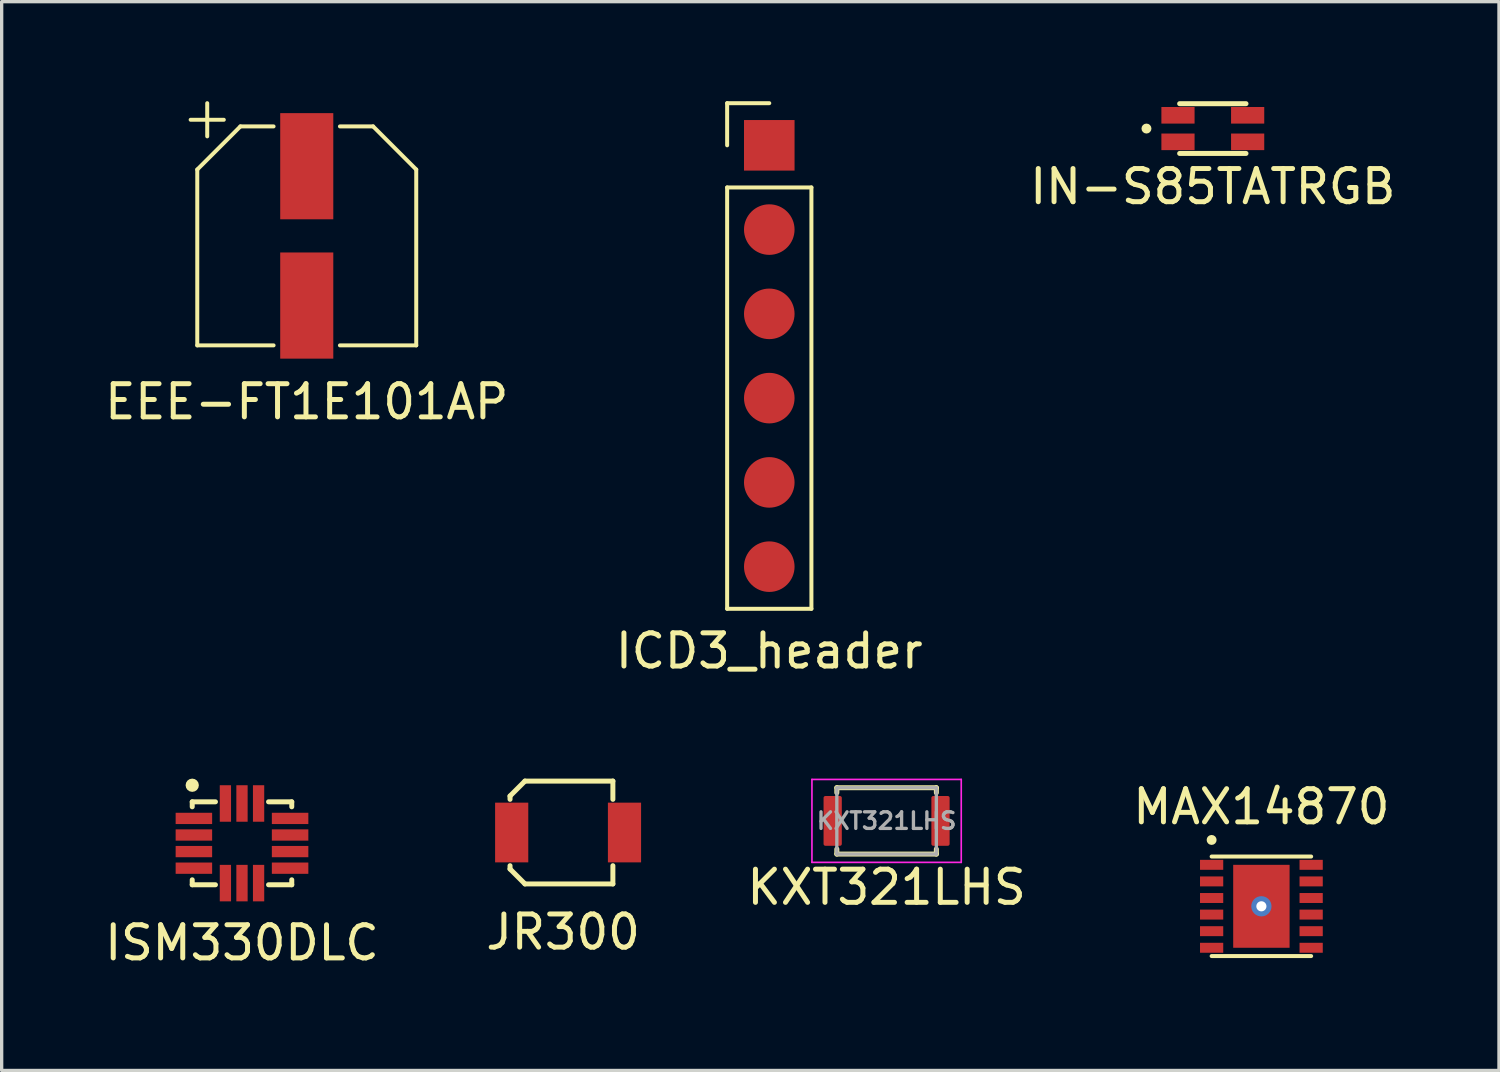
<source format=kicad_pcb>
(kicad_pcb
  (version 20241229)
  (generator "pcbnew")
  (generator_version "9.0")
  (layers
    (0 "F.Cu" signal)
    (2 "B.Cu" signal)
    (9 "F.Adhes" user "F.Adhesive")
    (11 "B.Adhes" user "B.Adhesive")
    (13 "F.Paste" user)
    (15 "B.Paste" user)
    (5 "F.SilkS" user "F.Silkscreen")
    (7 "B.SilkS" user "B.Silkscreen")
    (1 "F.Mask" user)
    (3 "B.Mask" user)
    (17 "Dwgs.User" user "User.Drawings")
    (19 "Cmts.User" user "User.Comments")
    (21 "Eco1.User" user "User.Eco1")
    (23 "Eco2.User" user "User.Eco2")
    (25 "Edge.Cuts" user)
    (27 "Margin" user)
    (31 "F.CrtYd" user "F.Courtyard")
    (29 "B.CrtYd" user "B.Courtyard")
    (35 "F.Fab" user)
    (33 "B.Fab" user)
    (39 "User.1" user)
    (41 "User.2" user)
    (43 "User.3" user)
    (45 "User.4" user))
  (footprint "EEE-FT1E101AP"
    (layer "F.Cu")
    (at 6.196 4.06)
    (property "Reference" "EEE-FT1E101AP" (at 0 5 0) (layer "F.SilkS") (effects (font (size 1 1) (thickness 0.15))))
    (attr smd)
    (fp_line (start -3.3 3.3) (end -3.3 -2) (stroke (width 0.12) (type solid)) (layer "F.SilkS"))
    (fp_line (start -3 -4) (end -3 -3) (stroke (width 0.12) (type solid)) (layer "F.SilkS"))
    (fp_line (start -2.5 -3.5) (end -3.5 -3.5) (stroke (width 0.12) (type solid)) (layer "F.SilkS"))
    (fp_line (start -2 -3.3) (end -3.3 -2) (stroke (width 0.12) (type solid)) (layer "F.SilkS"))
    (fp_line (start -1 -3.3) (end -2 -3.3) (stroke (width 0.12) (type solid)) (layer "F.SilkS"))
    (fp_line (start -1 3.3) (end -3.3 3.3) (stroke (width 0.12) (type solid)) (layer "F.SilkS"))
    (fp_line (start 1 -3.3) (end 2 -3.3) (stroke (width 0.12) (type solid)) (layer "F.SilkS"))
    (fp_line (start 1 3.3) (end 3.3 3.3) (stroke (width 0.12) (type solid)) (layer "F.SilkS"))
    (fp_line (start 2 -3.3) (end 3.3 -2) (stroke (width 0.12) (type solid)) (layer "F.SilkS"))
    (fp_line (start 3.3 3.3) (end 3.3 -2) (stroke (width 0.12) (type solid)) (layer "F.SilkS"))
    (pad "1" smd rect (at 0 -2.1) (size 1.6 3.2) (layers "F.Cu" "F.Mask" "F.Paste"))
    (pad "2" smd rect (at 0 2.1) (size 1.6 3.2) (layers "F.Cu" "F.Mask" "F.Paste")))
  (footprint "IN-S85TATRGB"
    (layer "F.Cu")
    (at 33.506 0.825)
    (property "Reference" "IN-S85TATRGB" (at 0 1.75 0) (layer "F.SilkS") (effects (font (size 1 1) (thickness 0.15))))
    (attr smd)
    (fp_line (start -1 -0.75) (end 1 -0.75) (stroke (width 0.15) (type solid)) (layer "F.SilkS"))
    (fp_line (start -1 0.75) (end 1 0.75) (stroke (width 0.15) (type solid)) (layer "F.SilkS"))
    (fp_circle (center -2 0) (end -1.925 0) (stroke (width 0.15) (type solid)) (fill no) (layer "F.SilkS"))
    (pad "1" smd rect (at -1.05 -0.4) (size 1 0.5) (layers "F.Cu" "F.Mask" "F.Paste"))
    (pad "2" smd rect (at 1.05 -0.4) (size 1 0.5) (layers "F.Cu" "F.Mask" "F.Paste"))
    (pad "3" smd rect (at -1.05 0.4) (size 1 0.5) (layers "F.Cu" "F.Mask" "F.Paste"))
    (pad "4" smd rect (at 1.05 0.4) (size 1 0.5) (layers "F.Cu" "F.Mask" "F.Paste")))
  (footprint "ICD3_header"
    (layer "F.Cu")
    (at 20.137 7.68)
    (property "Reference" "ICD3_header" (at 0 8.89 0) (layer "F.SilkS") (effects (font (size 1 1) (thickness 0.15))))
    (attr through_hole)
    (fp_line (start -1.27 -7.62) (end -1.27 -6.35) (stroke (width 0.12) (type solid)) (layer "F.SilkS"))
    (fp_line (start -1.27 -5.08) (end -1.27 7.62) (stroke (width 0.12) (type solid)) (layer "F.SilkS"))
    (fp_line (start -1.27 7.62) (end 1.27 7.62) (stroke (width 0.12) (type solid)) (layer "F.SilkS"))
    (fp_line (start 0 -7.62) (end -1.27 -7.62) (stroke (width 0.12) (type solid)) (layer "F.SilkS"))
    (fp_line (start 1.27 -5.08) (end -1.27 -5.08) (stroke (width 0.12) (type solid)) (layer "F.SilkS"))
    (fp_line (start 1.27 7.62) (end 1.27 -5.08) (stroke (width 0.12) (type solid)) (layer "F.SilkS"))
    (pad "1" smd rect (at 0 -6.35) (size 1.524 1.524) (layers "F.Cu" "F.Mask"))
    (pad "2" smd circle (at 0 -3.81) (size 1.524 1.524) (layers "F.Cu" "F.Mask"))
    (pad "3" smd circle (at 0 -1.27) (size 1.524 1.524) (layers "F.Cu" "F.Mask"))
    (pad "4" smd circle (at 0 1.27) (size 1.524 1.524) (layers "F.Cu" "F.Mask"))
    (pad "5" smd circle (at 0 3.81) (size 1.524 1.524) (layers "F.Cu" "F.Mask"))
    (pad "6" smd circle (at 0 6.35) (size 1.524 1.524) (layers "F.Cu" "F.Mask")))
  (footprint "MAX14870"
    (layer "F.Cu")
    (at 34.97 24.267)
    (property "Reference" "MAX14870" (at 0 -3 0) (layer "F.SilkS") (effects (font (size 1 1) (thickness 0.15))))
    (attr smd)
    (fp_line (start -1.5 -1.5) (end 1.5 -1.5) (stroke (width 0.12) (type solid)) (layer "F.SilkS"))
    (fp_line (start -1.5 1.5) (end 1.5 1.5) (stroke (width 0.12) (type solid)) (layer "F.SilkS"))
    (fp_circle (center -1.5 -2) (end -1.425 -2) (stroke (width 0.15) (type solid)) (fill no) (layer "F.SilkS"))
    (pad "1" smd rect (at -1.5 -1.25) (size 0.7 0.3) (layers "F.Cu" "F.Mask" "F.Paste"))
    (pad "2" smd rect (at -1.5 -0.75) (size 0.7 0.3) (layers "F.Cu" "F.Mask" "F.Paste"))
    (pad "3" smd rect (at -1.5 -0.25) (size 0.7 0.3) (layers "F.Cu" "F.Mask" "F.Paste"))
    (pad "4" smd rect (at -1.5 0.25) (size 0.7 0.3) (layers "F.Cu" "F.Mask" "F.Paste"))
    (pad "5" smd rect (at -1.5 0.75) (size 0.7 0.3) (layers "F.Cu" "F.Mask" "F.Paste"))
    (pad "6" smd rect (at -1.5 1.25) (size 0.7 0.3) (layers "F.Cu" "F.Mask" "F.Paste"))
    (pad "7" smd rect (at 1.5 1.25) (size 0.7 0.3) (layers "F.Cu" "F.Mask" "F.Paste"))
    (pad "8" smd rect (at 1.5 0.75) (size 0.7 0.3) (layers "F.Cu" "F.Mask" "F.Paste"))
    (pad "9" smd rect (at 1.5 0.25) (size 0.7 0.3) (layers "F.Cu" "F.Mask" "F.Paste"))
    (pad "10" smd rect (at 1.5 -0.25) (size 0.7 0.3) (layers "F.Cu" "F.Mask" "F.Paste"))
    (pad "11" smd rect (at 1.5 -0.75) (size 0.7 0.3) (layers "F.Cu" "F.Mask" "F.Paste"))
    (pad "12" smd rect (at 1.5 -1.25) (size 0.7 0.3) (layers "F.Cu" "F.Mask" "F.Paste"))
    (pad "13" thru_hole circle (at 0 0) (size 0.61 0.61) (drill 0.305) (layers "*.Cu" "*.Mask"))
    (pad "13" smd rect (at 0 0) (size 1.7 2.5) (layers "F.Cu" "F.Mask" "F.Paste")))
  (footprint "KXT321LHS"
    (layer "F.Cu")
    (at 23.673 21.693)
    (property "Reference" "KXT321LHS" (at 0 2 0) (unlocked yes) (layer "F.SilkS") (effects (font (size 1 1) (thickness 0.15))))
    (attr smd)
    (fp_line (start -1.5 -1) (end -1.5 -0.85) (stroke (width 0.15) (type solid)) (layer "F.SilkS"))
    (fp_line (start -1.5 -1) (end 1.5 -1) (stroke (width 0.15) (type solid)) (layer "F.SilkS"))
    (fp_line (start -1.5 1) (end -1.5 0.85) (stroke (width 0.15) (type solid)) (layer "F.SilkS"))
    (fp_line (start -1.5 1) (end 1.5 1) (stroke (width 0.15) (type solid)) (layer "F.SilkS"))
    (fp_line (start 1.5 -1) (end 1.5 -0.85) (stroke (width 0.15) (type solid)) (layer "F.SilkS"))
    (fp_line (start 1.5 1) (end 1.5 0.85) (stroke (width 0.15) (type solid)) (layer "F.SilkS"))
    (fp_line (start -2.25 -1.25) (end 2.25 -1.25) (stroke (width 0.05) (type solid)) (layer "F.CrtYd"))
    (fp_line (start -2.25 1.25) (end -2.25 -1.25) (stroke (width 0.05) (type solid)) (layer "F.CrtYd"))
    (fp_line (start 2.25 -1.25) (end 2.25 1.25) (stroke (width 0.05) (type solid)) (layer "F.CrtYd"))
    (fp_line (start 2.25 1.25) (end -2.25 1.25) (stroke (width 0.05) (type solid)) (layer "F.CrtYd"))
    (fp_line (start -1.5 -1) (end 1.5 -1) (stroke (width 0.1) (type solid)) (layer "F.Fab"))
    (fp_line (start -1.5 1) (end -1.5 -1) (stroke (width 0.1) (type solid)) (layer "F.Fab"))
    (fp_line (start 1.5 -1) (end 1.5 1) (stroke (width 0.1) (type solid)) (layer "F.Fab"))
    (fp_line (start 1.5 1) (end -1.5 1) (stroke (width 0.1) (type solid)) (layer "F.Fab"))
    (fp_text user "${REFERENCE}" (at 0 0 0) (unlocked yes) (layer "F.Fab") (effects (font (size 0.5 0.5) (thickness 0.1))))
    (pad "1" smd roundrect (at -1.625 0) (size 0.55 1.5) (layers "F.Cu" "F.Mask" "F.Paste") (roundrect_rratio 0.1))
    (pad "2" smd roundrect (at 1.625 0) (size 0.55 1.5) (layers "F.Cu" "F.Mask" "F.Paste") (roundrect_rratio 0.1)))
  (footprint "ISM330DLC"
    (layer "F.Cu")
    (at 4.244 22.368)
    (property "Reference" "ISM330DLC" (at 0 3 0) (layer "F.SilkS") (effects (font (size 1 1) (thickness 0.15))))
    (attr smd)
    (fp_line (start -1.5 -1.25) (end -1.5 -1.1) (stroke (width 0.15) (type solid)) (layer "F.SilkS"))
    (fp_line (start -1.5 -1.25) (end -0.8 -1.25) (stroke (width 0.15) (type solid)) (layer "F.SilkS"))
    (fp_line (start -1.5 1.25) (end -1.5 1.1) (stroke (width 0.15) (type solid)) (layer "F.SilkS"))
    (fp_line (start -1.5 1.25) (end -0.8 1.25) (stroke (width 0.15) (type solid)) (layer "F.SilkS"))
    (fp_line (start 1.5 -1.25) (end 0.8 -1.25) (stroke (width 0.15) (type solid)) (layer "F.SilkS"))
    (fp_line (start 1.5 -1.25) (end 1.5 -1.1) (stroke (width 0.15) (type solid)) (layer "F.SilkS"))
    (fp_line (start 1.5 1.25) (end 0.8 1.25) (stroke (width 0.15) (type solid)) (layer "F.SilkS"))
    (fp_line (start 1.5 1.25) (end 1.5 1.1) (stroke (width 0.15) (type solid)) (layer "F.SilkS"))
    (fp_circle (center -1.5 -1.75) (end -1.5 -1.65) (stroke (width 0.2) (type solid)) (fill no) (layer "F.SilkS"))
    (pad "1" smd rect (at -1.45 -0.75) (size 1.1 0.34) (layers "F.Cu" "F.Mask" "F.Paste"))
    (pad "2" smd rect (at -1.45 -0.25) (size 1.1 0.34) (layers "F.Cu" "F.Mask" "F.Paste"))
    (pad "3" smd rect (at -1.45 0.25) (size 1.1 0.34) (layers "F.Cu" "F.Mask" "F.Paste"))
    (pad "4" smd rect (at -1.45 0.75) (size 1.1 0.34) (layers "F.Cu" "F.Mask" "F.Paste"))
    (pad "5" smd rect (at -0.5 1.2 90) (size 1.1 0.34) (layers "F.Cu" "F.Mask" "F.Paste"))
    (pad "6" smd rect (at 0 1.2 90) (size 1.1 0.34) (layers "F.Cu" "F.Mask" "F.Paste"))
    (pad "7" smd rect (at 0.5 1.2 90) (size 1.1 0.34) (layers "F.Cu" "F.Mask" "F.Paste"))
    (pad "8" smd rect (at 1.45 0.75) (size 1.1 0.34) (layers "F.Cu" "F.Mask" "F.Paste"))
    (pad "9" smd rect (at 1.45 0.25) (size 1.1 0.34) (layers "F.Cu" "F.Mask" "F.Paste"))
    (pad "10" smd rect (at 1.45 -0.25) (size 1.1 0.34) (layers "F.Cu" "F.Mask" "F.Paste"))
    (pad "11" smd rect (at 1.45 -0.75) (size 1.1 0.34) (layers "F.Cu" "F.Mask" "F.Paste"))
    (pad "12" smd rect (at 0.5 -1.2 90) (size 1.1 0.34) (layers "F.Cu" "F.Mask" "F.Paste"))
    (pad "13" smd rect (at 0 -1.2 90) (size 1.1 0.34) (layers "F.Cu" "F.Mask" "F.Paste"))
    (pad "14" smd rect (at -0.5 -1.2 90) (size 1.1 0.34) (layers "F.Cu" "F.Mask" "F.Paste")))
  (footprint "JR300"
    (layer "F.Cu")
    (at 13.923 22.043)
    (property "Reference" "JR300" (at 0 3 0) (layer "F.SilkS") (effects (font (size 1 1) (thickness 0.15))))
    (attr smd)
    (fp_line (start -1.6 -1.1) (end -1.6 -1) (stroke (width 0.15) (type solid)) (layer "F.SilkS"))
    (fp_line (start -1.6 -1.1) (end -1.15 -1.55) (stroke (width 0.15) (type solid)) (layer "F.SilkS"))
    (fp_line (start -1.6 1.1) (end -1.6 1) (stroke (width 0.15) (type solid)) (layer "F.SilkS"))
    (fp_line (start -1.6 1.1) (end -1.15 1.55) (stroke (width 0.15) (type solid)) (layer "F.SilkS"))
    (fp_line (start 1.5 -1.55) (end -1.15 -1.55) (stroke (width 0.15) (type solid)) (layer "F.SilkS"))
    (fp_line (start 1.5 -1) (end 1.5 -1.55) (stroke (width 0.15) (type solid)) (layer "F.SilkS"))
    (fp_line (start 1.5 1) (end 1.5 1.55) (stroke (width 0.15) (type solid)) (layer "F.SilkS"))
    (fp_line (start 1.5 1.55) (end -1.15 1.55) (stroke (width 0.15) (type solid)) (layer "F.SilkS"))
    (pad "1" smd rect (at -1.55 0) (size 1 1.8) (layers "F.Cu" "F.Mask" "F.Paste"))
    (pad "2" smd rect (at 1.85 0) (size 1 1.8) (layers "F.Cu" "F.Mask" "F.Paste")))
  (gr_rect
    (start -3 -3)
    (end 42.131 29.216)
    (stroke (width 0.1) (type default))
    (fill no)
    (layer "Edge.Cuts")))
</source>
